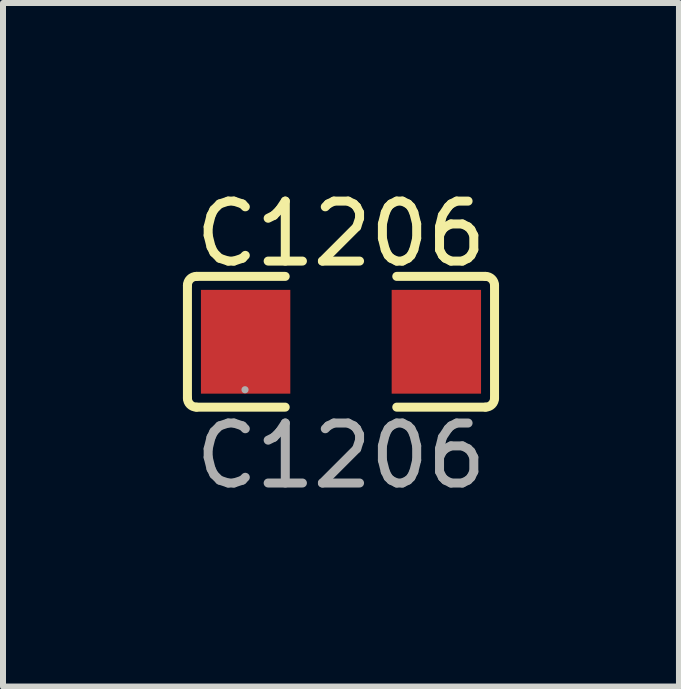
<source format=kicad_pcb>
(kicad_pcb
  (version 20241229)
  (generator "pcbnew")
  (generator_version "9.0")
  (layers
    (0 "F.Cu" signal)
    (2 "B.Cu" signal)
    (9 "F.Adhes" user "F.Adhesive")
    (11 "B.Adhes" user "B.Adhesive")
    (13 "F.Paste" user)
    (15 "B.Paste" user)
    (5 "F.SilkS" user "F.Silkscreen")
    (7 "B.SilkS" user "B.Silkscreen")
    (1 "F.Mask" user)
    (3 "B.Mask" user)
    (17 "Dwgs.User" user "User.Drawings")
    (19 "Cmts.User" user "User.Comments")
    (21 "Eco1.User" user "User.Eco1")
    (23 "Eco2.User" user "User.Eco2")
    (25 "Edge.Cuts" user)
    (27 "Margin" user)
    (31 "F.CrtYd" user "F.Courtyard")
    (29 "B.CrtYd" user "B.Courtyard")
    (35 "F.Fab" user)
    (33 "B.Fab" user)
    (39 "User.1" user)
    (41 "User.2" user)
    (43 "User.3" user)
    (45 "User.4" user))
  (footprint "C1206"
    (layer "F.Cu")
    (at 2.635 2.648)
    (property "Reference" "C1206" (at 0 -1.8 0) (layer "F.SilkS") (effects (font (size 1 1) (thickness 0.15))))
    (attr smd)
    (fp_line (start -2.56 0.94) (end -2.56 -0.94) (stroke (width 0.15) (type solid)) (layer "F.SilkS"))
    (fp_line (start -2.41 -1.09) (end -0.93 -1.09) (stroke (width 0.15) (type solid)) (layer "F.SilkS"))
    (fp_line (start -0.93 1.09) (end -2.41 1.09) (stroke (width 0.15) (type solid)) (layer "F.SilkS"))
    (fp_line (start 0.93 1.09) (end 2.41 1.09) (stroke (width 0.15) (type solid)) (layer "F.SilkS"))
    (fp_line (start 2.41 -1.09) (end 0.93 -1.09) (stroke (width 0.15) (type solid)) (layer "F.SilkS"))
    (fp_line (start 2.56 0.94) (end 2.56 -0.94) (stroke (width 0.15) (type solid)) (layer "F.SilkS"))
    (fp_arc (start -2.56 -0.94) (mid -2.516066 -1.046066) (end -2.41 -1.09) (stroke (width 0.15) (type solid)) (layer "F.SilkS"))
    (fp_arc (start -2.41 1.09) (mid -2.516066 1.046066) (end -2.56 0.94) (stroke (width 0.15) (type solid)) (layer "F.SilkS"))
    (fp_arc (start 2.41 -1.09) (mid 2.516066 -1.046066) (end 2.56 -0.94) (stroke (width 0.15) (type solid)) (layer "F.SilkS"))
    (fp_arc (start 2.56 0.94) (mid 2.516066 1.046066) (end 2.41 1.09) (stroke (width 0.15) (type solid)) (layer "F.SilkS"))
    (fp_circle (center -1.6 0.8) (end -1.57 0.8) (stroke (width 0.06) (type solid)) (fill no) (layer "F.Fab"))
    (fp_text user "${REFERENCE}" (at 0 1.9 0) (layer "F.Fab") (effects (font (size 1 1) (thickness 0.15))))
    (pad "1" smd rect (at -1.59 0) (size 1.49 1.73) (layers "F.Cu" "F.Mask" "F.Paste"))
    (pad "2" smd rect (at 1.59 0) (size 1.49 1.73) (layers "F.Cu" "F.Mask" "F.Paste")))
  (gr_rect
    (start -3 -3)
    (end 8.27 8.396)
    (stroke (width 0.1) (type default))
    (fill no)
    (layer "Edge.Cuts")))
</source>
